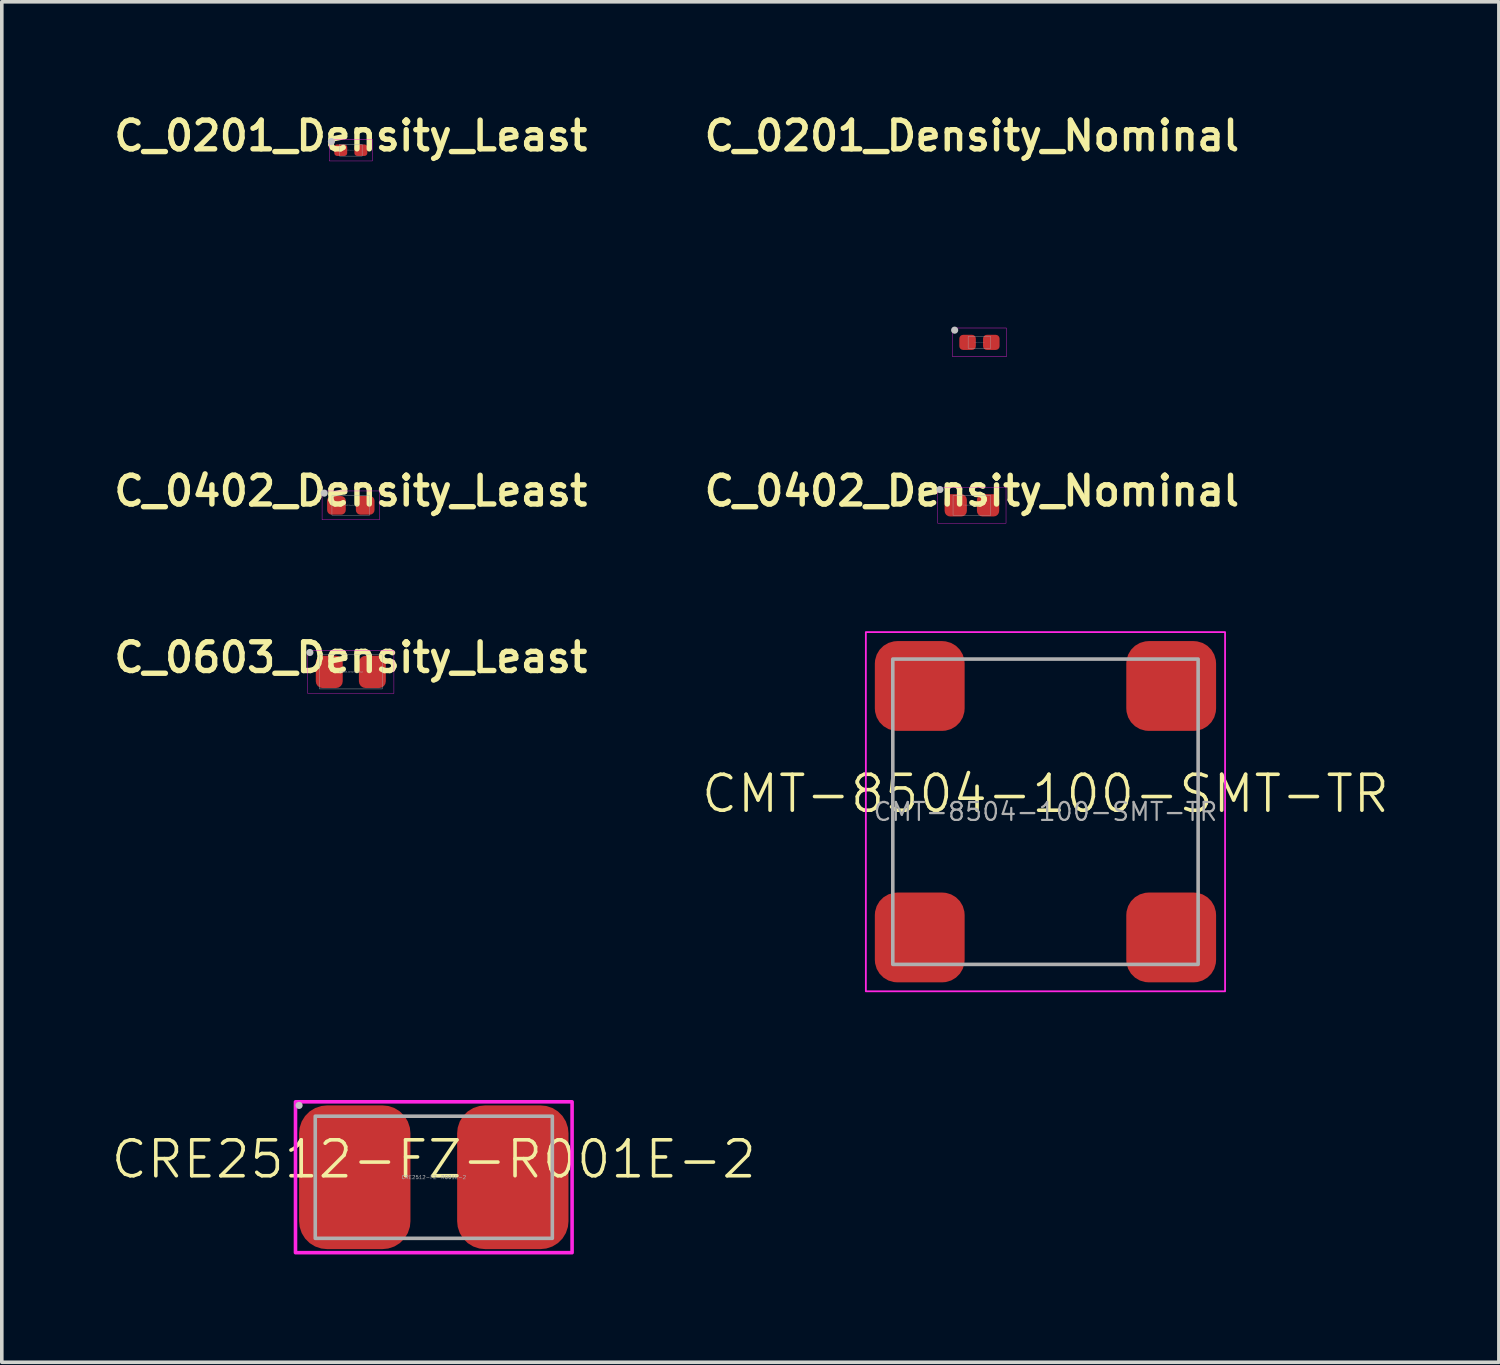
<source format=kicad_pcb>
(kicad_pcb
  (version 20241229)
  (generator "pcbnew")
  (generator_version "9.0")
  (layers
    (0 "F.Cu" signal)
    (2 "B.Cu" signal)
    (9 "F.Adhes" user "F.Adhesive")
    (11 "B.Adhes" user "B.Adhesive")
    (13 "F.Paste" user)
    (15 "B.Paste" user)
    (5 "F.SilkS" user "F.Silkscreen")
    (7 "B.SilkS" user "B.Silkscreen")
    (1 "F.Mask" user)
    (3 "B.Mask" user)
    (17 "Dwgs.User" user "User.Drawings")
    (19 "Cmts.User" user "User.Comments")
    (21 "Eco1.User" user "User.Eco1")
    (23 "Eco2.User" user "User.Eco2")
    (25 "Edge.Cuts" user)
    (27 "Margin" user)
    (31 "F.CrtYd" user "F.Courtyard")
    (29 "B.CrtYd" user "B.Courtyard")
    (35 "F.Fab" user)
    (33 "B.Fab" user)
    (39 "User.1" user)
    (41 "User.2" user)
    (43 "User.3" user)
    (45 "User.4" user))
  (footprint "C_0201_Density_Nominal"
    (layer "F.Cu")
    (at 24.216 6.481)
    (property "Reference" "C_0201_Density_Nominal" (at -0.21 -5.75 0) (unlocked yes) (layer "F.SilkS") (effects (font (size 0.8 0.8) (thickness 0.15))))
    (attr smd)
    (fp_circle (center -0.69 -0.34) (end -0.64 -0.34) (stroke (width 0.1) (type solid)) (fill no) (layer "Dwgs.User"))
    (fp_rect (start -0.75 -0.4) (end 0.75 0.4) (stroke (width 0.01) (type solid)) (fill no) (layer "F.CrtYd"))
    (fp_rect (start -0.315 -0.165) (end 0.315 0.165) (stroke (width 0.01) (type solid)) (fill no) (layer "F.Fab"))
    (fp_text user "${REFERENCE}" (at 0 0 0) (unlocked yes) (layer "F.Fab") (effects (font (size 0.015 0.015) (thickness 0.002))))
    (pad "1" smd roundrect (at -0.33 0 90) (size 0.42 0.46) (layers "F.Cu" "F.Mask" "F.Paste") (roundrect_rratio 0.25))
    (pad "2" smd roundrect (at 0.33 0 90) (size 0.42 0.46) (layers "F.Cu" "F.Mask" "F.Paste") (roundrect_rratio 0.25)))
  (footprint "C_0402_Density_Nominal"
    (layer "F.Cu")
    (at 24.006 11.018)
    (property "Reference" "C_0402_Density_Nominal" (at 0 -0.4 0) (unlocked yes) (layer "F.SilkS") (effects (font (size 0.8 0.8) (thickness 0.15))))
    (attr smd)
    (fp_circle (center -0.89 -0.44) (end -0.84 -0.44) (stroke (width 0.1) (type solid)) (fill no) (layer "Dwgs.User"))
    (fp_rect (start -0.95 -0.5) (end 0.95 0.5) (stroke (width 0.01) (type solid)) (fill no) (layer "F.CrtYd"))
    (fp_rect (start -0.525 -0.275) (end 0.525 0.275) (stroke (width 0.01) (type solid)) (fill no) (layer "F.Fab"))
    (fp_text user "${REFERENCE}" (at 0 0 0) (unlocked yes) (layer "F.Fab") (effects (font (size 0.025 0.025) (thickness 0.003))))
    (pad "1" smd roundrect (at -0.45 0 90) (size 0.62 0.62) (layers "F.Cu" "F.Mask" "F.Paste") (roundrect_rratio 0.25))
    (pad "2" smd roundrect (at 0.45 0) (size 0.62 0.62) (layers "F.Cu" "F.Mask" "F.Paste") (roundrect_rratio 0.25)))
  (footprint "CMT-8504-100-SMT-TR"
    (layer "F.Cu")
    (at 26.054 19.547)
    (property "Reference" "CMT-8504-100-SMT-TR" (at 0 -0.5 0) (unlocked yes) (layer "F.SilkS") (effects (font (size 1 1) (thickness 0.1))))
    (attr smd)
    (fp_rect (start -5 -5) (end 5 5) (stroke (width 0.05) (type solid)) (fill no) (layer "F.CrtYd"))
    (fp_rect (start -4.25 -4.25) (end 4.25 4.25) (stroke (width 0.1) (type solid)) (fill no) (layer "F.Fab"))
    (fp_text user "${REFERENCE}" (at 0 0 0) (unlocked yes) (layer "F.Fab") (effects (font (size 0.5 0.5) (thickness 0.062))))
    (pad "+" smd roundrect (at -3.5 -3.5) (size 2.5 2.5) (layers "F.Cu" "F.Mask" "F.Paste") (roundrect_rratio 0.25))
    (pad "-" smd roundrect (at -3.5 3.5) (size 2.5 2.5) (layers "F.Cu" "F.Mask" "F.Paste") (roundrect_rratio 0.25))
    (pad "MP" smd roundrect (at 3.5 -3.5) (size 2.5 2.5) (layers "F.Cu" "F.Mask" "F.Paste") (roundrect_rratio 0.25))
    (pad "MP" smd roundrect (at 3.5 3.5) (size 2.5 2.5) (layers "F.Cu" "F.Mask" "F.Paste") (roundrect_rratio 0.25)))
  (footprint "CRE2512-FZ-R001E-2"
    (layer "F.Cu")
    (at 9.026 29.723)
    (property "Reference" "CRE2512-FZ-R001E-2" (at 0 -0.5 0) (unlocked yes) (layer "F.SilkS") (effects (font (size 1 1) (thickness 0.1))))
    (attr smd)
    (fp_circle (center -3.75 -2) (end -3.7 -2) (stroke (width 0.1) (type solid)) (fill no) (layer "Dwgs.User"))
    (fp_rect (start -3.85 -2.1) (end 3.85 2.1) (stroke (width 0.1) (type solid)) (fill no) (layer "F.CrtYd"))
    (fp_rect (start -3.3 -1.7) (end 3.3 1.7) (stroke (width 0.1) (type solid)) (fill no) (layer "F.Fab"))
    (fp_text user "${REFERENCE}" (at 0 0 0) (unlocked yes) (layer "F.Fab") (effects (font (size 0.1 0.1) (thickness 0.013))))
    (pad "1" smd roundrect (at -2.2 0 90) (size 4 3.1) (layers "F.Cu" "F.Mask" "F.Paste") (roundrect_rratio 0.25))
    (pad "2" smd roundrect (at 2.2 0 90) (size 4 3.1) (layers "F.Cu" "F.Mask" "F.Paste") (roundrect_rratio 0.25)))
  (footprint "C_0402_Density_Least"
    (layer "F.Cu")
    (at 6.716 11.018)
    (property "Reference" "C_0402_Density_Least" (at 0 -0.4 0) (unlocked yes) (layer "F.SilkS") (effects (font (size 0.8 0.8) (thickness 0.15))))
    (attr smd)
    (fp_circle (center -0.74 -0.34) (end -0.69 -0.34) (stroke (width 0.1) (type solid)) (fill no) (layer "Dwgs.User"))
    (fp_rect (start -0.8 -0.4) (end 0.8 0.4) (stroke (width 0.01) (type solid)) (fill no) (layer "F.CrtYd"))
    (fp_rect (start -0.525 -0.275) (end 0.525 0.275) (stroke (width 0.01) (type solid)) (fill no) (layer "F.Fab"))
    (fp_text user "${REFERENCE}" (at 0 0 0) (unlocked yes) (layer "F.Fab") (effects (font (size 0.025 0.025) (thickness 0.003))))
    (pad "1" smd roundrect (at -0.4 0 90) (size 0.52 0.52) (layers "F.Cu" "F.Mask" "F.Paste") (roundrect_rratio 0.25))
    (pad "2" smd roundrect (at 0.4 0) (size 0.52 0.52) (layers "F.Cu" "F.Mask" "F.Paste") (roundrect_rratio 0.25)))
  (footprint "C_0201_Density_Least"
    (layer "F.Cu")
    (at 6.716 1.131)
    (property "Reference" "C_0201_Density_Least" (at 0 -0.4 0) (unlocked yes) (layer "F.SilkS") (effects (font (size 0.8 0.8) (thickness 0.15))))
    (attr smd)
    (fp_circle (center -0.54 -0.24) (end -0.49 -0.24) (stroke (width 0.1) (type solid)) (fill no) (layer "Dwgs.User"))
    (fp_rect (start -0.6 -0.3) (end 0.6 0.3) (stroke (width 0.01) (type solid)) (fill no) (layer "F.CrtYd"))
    (fp_rect (start -0.315 -0.165) (end 0.315 0.165) (stroke (width 0.01) (type solid)) (fill no) (layer "F.Fab"))
    (fp_text user "${REFERENCE}" (at 0 0 0) (unlocked yes) (layer "F.Fab") (effects (font (size 0.015 0.015) (thickness 0.002))))
    (pad "1" smd roundrect (at -0.28 0 90) (size 0.32 0.36) (layers "F.Cu" "F.Mask" "F.Paste") (roundrect_rratio 0.25))
    (pad "2" smd roundrect (at 0.28 0 90) (size 0.32 0.36) (layers "F.Cu" "F.Mask" "F.Paste") (roundrect_rratio 0.25)))
  (footprint "C_0603_Density_Least"
    (layer "F.Cu")
    (at 6.716 15.654)
    (property "Reference" "C_0603_Density_Least" (at 0 -0.4 0) (unlocked yes) (layer "F.SilkS") (effects (font (size 0.8 0.8) (thickness 0.15))))
    (attr smd)
    (fp_circle (center -1.14 -0.54) (end -1.09 -0.54) (stroke (width 0.1) (type solid)) (fill no) (layer "Dwgs.User"))
    (fp_rect (start -1.2 -0.6) (end 1.2 0.6) (stroke (width 0.01) (type solid)) (fill no) (layer "F.CrtYd"))
    (fp_rect (start -0.875 -0.475) (end 0.875 0.475) (stroke (width 0.01) (type solid)) (fill no) (layer "F.Fab"))
    (fp_text user "${REFERENCE}" (at 0 0 0) (unlocked yes) (layer "F.Fab") (effects (font (size 0.04 0.04) (thickness 0.005))))
    (pad "1" smd roundrect (at -0.6 0 90) (size 0.9 0.75) (layers "F.Cu" "F.Mask" "F.Paste") (roundrect_rratio 0.25))
    (pad "2" smd roundrect (at 0.6 0 90) (size 0.9 0.75) (layers "F.Cu" "F.Mask" "F.Paste") (roundrect_rratio 0.25)))
  (gr_rect
    (start -3 -3)
    (end 38.676 34.873)
    (stroke (width 0.1) (type default))
    (fill no)
    (layer "Edge.Cuts")))
</source>
